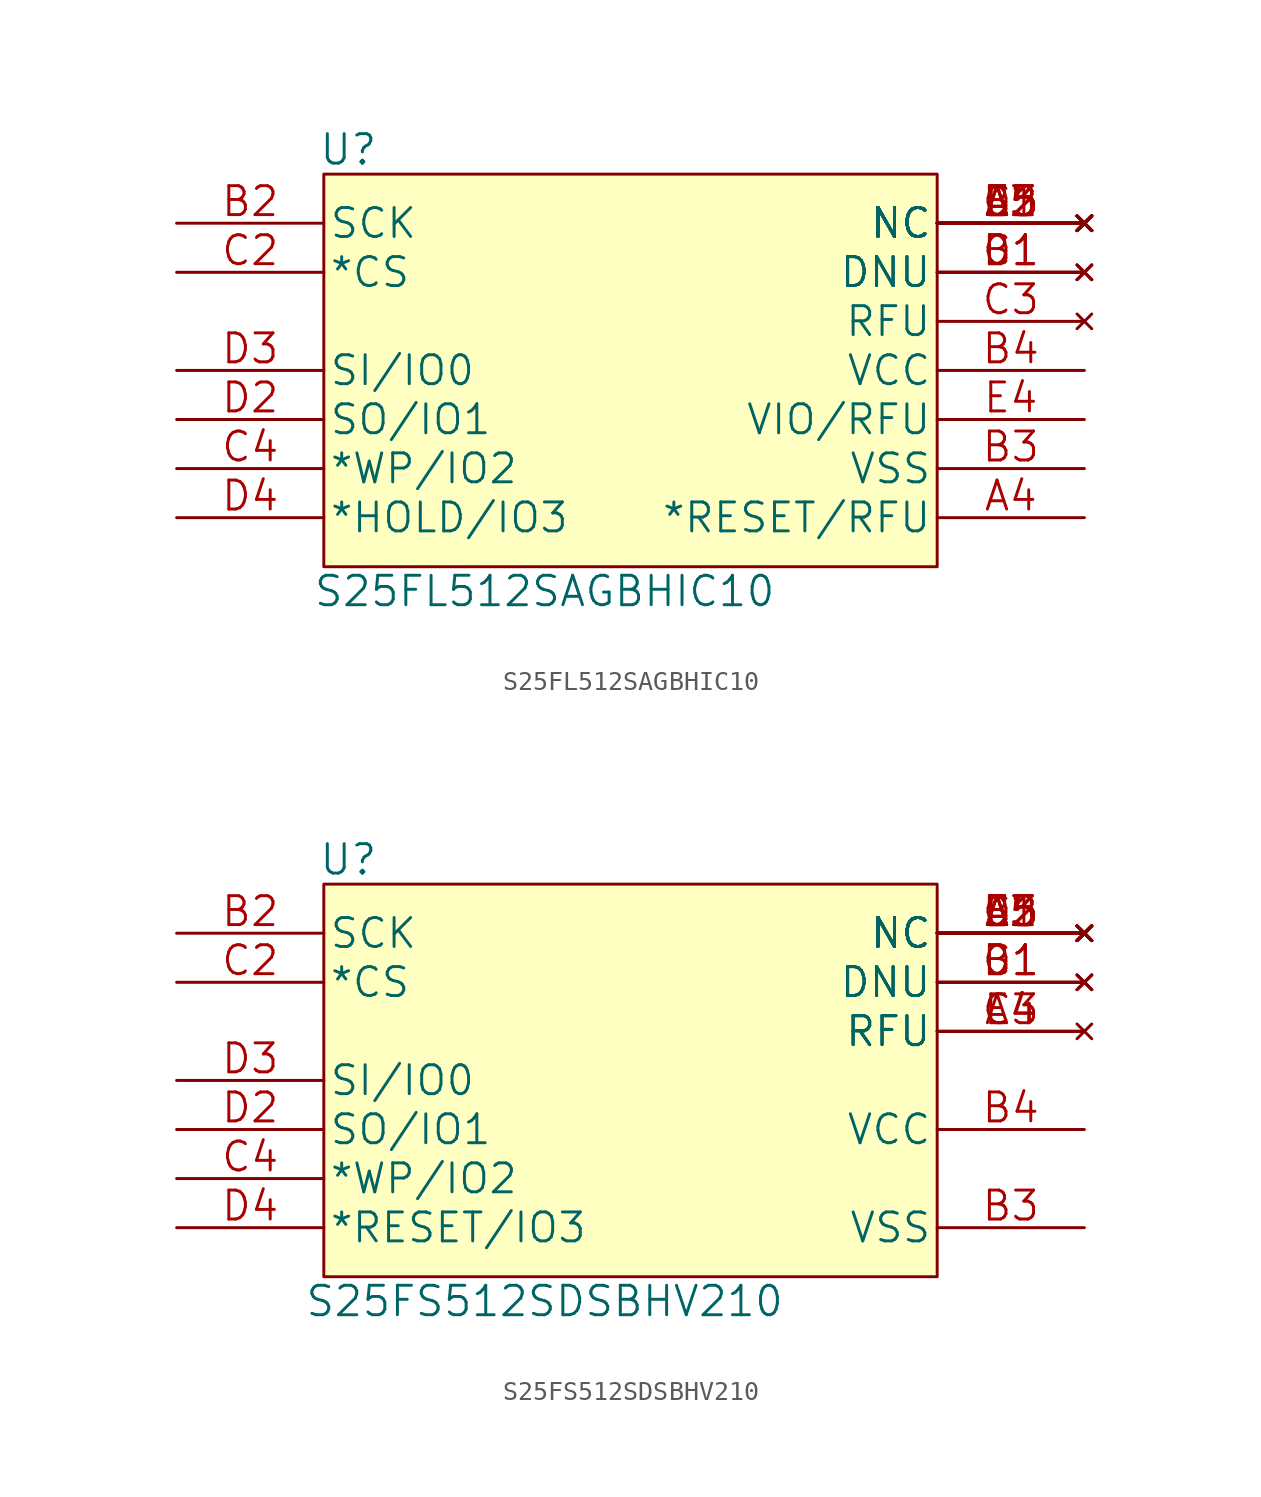
<source format=kicad_sym>
(kicad_symbol_lib
  (version 20201005)
  (generator kicad_symbol_editor)
  (symbol "S25F512SAG:S25FL512SAGBHIC10"
    (pin_names
      (offset 0.254))
    (property "Reference" "U"
      (at -15.24 10.16 0)
      (effects (font (size 1.524 1.524))))
    (property "Value" "S25FL512SAGBHIC10"
      (at -5.08 -12.7 0)
      (effects (font (size 1.524 1.524))))
    (property "Datasheet" ""
      (at 5.08 0 0)
      (effects (font (size 1.524 1.524))))
    (property "ki_locked" ""
      (at 0 0 0)
      (effects (font (size 1.27 1.27))))
    (symbol "S25FL512SAGBHIC10_1_1"
      (rectangle (start -16.51 8.89) (end 15.24 -11.43) (stroke (width 0.152)) (fill (type background)))
      (pin no_connect line (at 22.86 6.35 180) (length 7.62) (name "NC" (effects (font (size 1.499 1.499)))) (number "A2" (effects (font (size 1.499 1.499)))))
      (pin no_connect line (at 22.86 6.35 180) (length 7.62) (name "NC" (effects (font (size 1.499 1.499)))) (number "A3" (effects (font (size 1.499 1.499)))))
      (pin unspecified line (at 22.86 -8.89 180) (length 7.62) (name "*RESET/RFU" (effects (font (size 1.499 1.499)))) (number "A4" (effects (font (size 1.499 1.499)))))
      (pin no_connect line (at 22.86 6.35 180) (length 7.62) (name "NC" (effects (font (size 1.499 1.499)))) (number "A5" (effects (font (size 1.499 1.499)))))
      (pin no_connect line (at 22.86 3.81 180) (length 7.62) (name "DNU" (effects (font (size 1.499 1.499)))) (number "B1" (effects (font (size 1.499 1.499)))))
      (pin input line (at -24.13 6.35 0) (length 7.62) (name "SCK" (effects (font (size 1.499 1.499)))) (number "B2" (effects (font (size 1.499 1.499)))))
      (pin power_in line (at 22.86 -6.35 180) (length 7.62) (name "VSS" (effects (font (size 1.499 1.499)))) (number "B3" (effects (font (size 1.499 1.499)))))
      (pin power_in line (at 22.86 -1.27 180) (length 7.62) (name "VCC" (effects (font (size 1.499 1.499)))) (number "B4" (effects (font (size 1.499 1.499)))))
      (pin no_connect line (at 22.86 6.35 180) (length 7.62) (name "NC" (effects (font (size 1.499 1.499)))) (number "B5" (effects (font (size 1.499 1.499)))))
      (pin no_connect line (at 22.86 3.81 180) (length 7.62) (name "DNU" (effects (font (size 1.499 1.499)))) (number "C1" (effects (font (size 1.499 1.499)))))
      (pin input line (at -24.13 3.81 0) (length 7.62) (name "*CS" (effects (font (size 1.499 1.499)))) (number "C2" (effects (font (size 1.499 1.499)))))
      (pin no_connect line (at 22.86 1.27 180) (length 7.62) (name "RFU" (effects (font (size 1.499 1.499)))) (number "C3" (effects (font (size 1.499 1.499)))))
      (pin bidirectional line (at -24.13 -6.35 0) (length 7.62) (name "*WP/IO2" (effects (font (size 1.499 1.499)))) (number "C4" (effects (font (size 1.499 1.499)))))
      (pin no_connect line (at 22.86 6.35 180) (length 7.62) (name "NC" (effects (font (size 1.499 1.499)))) (number "C5" (effects (font (size 1.499 1.499)))))
      (pin no_connect line (at 22.86 3.81 180) (length 7.62) (name "DNU" (effects (font (size 1.499 1.499)))) (number "D1" (effects (font (size 1.499 1.499)))))
      (pin bidirectional line (at -24.13 -3.81 0) (length 7.62) (name "SO/IO1" (effects (font (size 1.499 1.499)))) (number "D2" (effects (font (size 1.499 1.499)))))
      (pin bidirectional line (at -24.13 -1.27 0) (length 7.62) (name "SI/IO0" (effects (font (size 1.499 1.499)))) (number "D3" (effects (font (size 1.499 1.499)))))
      (pin bidirectional line (at -24.13 -8.89 0) (length 7.62) (name "*HOLD/IO3" (effects (font (size 1.499 1.499)))) (number "D4" (effects (font (size 1.499 1.499)))))
      (pin no_connect line (at 22.86 6.35 180) (length 7.62) (name "NC" (effects (font (size 1.499 1.499)))) (number "D5" (effects (font (size 1.499 1.499)))))
      (pin no_connect line (at 22.86 6.35 180) (length 7.62) (name "NC" (effects (font (size 1.499 1.499)))) (number "E1" (effects (font (size 1.499 1.499)))))
      (pin no_connect line (at 22.86 6.35 180) (length 7.62) (name "NC" (effects (font (size 1.499 1.499)))) (number "E2" (effects (font (size 1.499 1.499)))))
      (pin no_connect line (at 22.86 6.35 180) (length 7.62) (name "NC" (effects (font (size 1.499 1.499)))) (number "E3" (effects (font (size 1.499 1.499)))))
      (pin unspecified line (at 22.86 -3.81 180) (length 7.62) (name "VIO/RFU" (effects (font (size 1.499 1.499)))) (number "E4" (effects (font (size 1.499 1.499)))))
      (pin no_connect line (at 22.86 6.35 180) (length 7.62) (name "NC" (effects (font (size 1.499 1.499)))) (number "E5" (effects (font (size 1.499 1.499)))))))
  (symbol "S25F512SAG:S25FS512SDSBHV210"
    (pin_names
      (offset 0.254))
    (property "Reference" "U"
      (at -15.24 10.16 0)
      (effects (font (size 1.524 1.524))))
    (property "Value" "S25FS512SDSBHV210"
      (at -5.08 -12.7 0)
      (effects (font (size 1.524 1.524))))
    (property "Datasheet" ""
      (at 5.08 0 0)
      (effects (font (size 1.524 1.524))))
    (property "ki_locked" ""
      (at 0 0 0)
      (effects (font (size 1.27 1.27))))
    (symbol "S25FS512SDSBHV210_1_1"
      (rectangle (start -16.51 8.89) (end 15.24 -11.43) (stroke (width 0.152)) (fill (type background)))
      (pin no_connect line (at 22.86 6.35 180) (length 7.62) (name "NC" (effects (font (size 1.499 1.499)))) (number "A2" (effects (font (size 1.499 1.499)))))
      (pin no_connect line (at 22.86 6.35 180) (length 7.62) (name "NC" (effects (font (size 1.499 1.499)))) (number "A3" (effects (font (size 1.499 1.499)))))
      (pin unspecified line (at 22.86 1.27 180) (length 7.62) (name "RFU" (effects (font (size 1.499 1.499)))) (number "A4" (effects (font (size 1.499 1.499)))))
      (pin no_connect line (at 22.86 6.35 180) (length 7.62) (name "NC" (effects (font (size 1.499 1.499)))) (number "A5" (effects (font (size 1.499 1.499)))))
      (pin no_connect line (at 22.86 3.81 180) (length 7.62) (name "DNU" (effects (font (size 1.499 1.499)))) (number "B1" (effects (font (size 1.499 1.499)))))
      (pin input line (at -24.13 6.35 0) (length 7.62) (name "SCK" (effects (font (size 1.499 1.499)))) (number "B2" (effects (font (size 1.499 1.499)))))
      (pin power_in line (at 22.86 -8.89 180) (length 7.62) (name "VSS" (effects (font (size 1.499 1.499)))) (number "B3" (effects (font (size 1.499 1.499)))))
      (pin power_in line (at 22.86 -3.81 180) (length 7.62) (name "VCC" (effects (font (size 1.499 1.499)))) (number "B4" (effects (font (size 1.499 1.499)))))
      (pin no_connect line (at 22.86 6.35 180) (length 7.62) (name "NC" (effects (font (size 1.499 1.499)))) (number "B5" (effects (font (size 1.499 1.499)))))
      (pin no_connect line (at 22.86 3.81 180) (length 7.62) (name "DNU" (effects (font (size 1.499 1.499)))) (number "C1" (effects (font (size 1.499 1.499)))))
      (pin input line (at -24.13 3.81 0) (length 7.62) (name "*CS" (effects (font (size 1.499 1.499)))) (number "C2" (effects (font (size 1.499 1.499)))))
      (pin no_connect line (at 22.86 1.27 180) (length 7.62) (name "RFU" (effects (font (size 1.499 1.499)))) (number "C3" (effects (font (size 1.499 1.499)))))
      (pin bidirectional line (at -24.13 -6.35 0) (length 7.62) (name "*WP/IO2" (effects (font (size 1.499 1.499)))) (number "C4" (effects (font (size 1.499 1.499)))))
      (pin no_connect line (at 22.86 6.35 180) (length 7.62) (name "NC" (effects (font (size 1.499 1.499)))) (number "C5" (effects (font (size 1.499 1.499)))))
      (pin no_connect line (at 22.86 3.81 180) (length 7.62) (name "DNU" (effects (font (size 1.499 1.499)))) (number "D1" (effects (font (size 1.499 1.499)))))
      (pin bidirectional line (at -24.13 -3.81 0) (length 7.62) (name "SO/IO1" (effects (font (size 1.499 1.499)))) (number "D2" (effects (font (size 1.499 1.499)))))
      (pin bidirectional line (at -24.13 -1.27 0) (length 7.62) (name "SI/IO0" (effects (font (size 1.499 1.499)))) (number "D3" (effects (font (size 1.499 1.499)))))
      (pin bidirectional line (at -24.13 -8.89 0) (length 7.62) (name "*RESET/IO3" (effects (font (size 1.499 1.499)))) (number "D4" (effects (font (size 1.499 1.499)))))
      (pin no_connect line (at 22.86 6.35 180) (length 7.62) (name "NC" (effects (font (size 1.499 1.499)))) (number "D5" (effects (font (size 1.499 1.499)))))
      (pin no_connect line (at 22.86 6.35 180) (length 7.62) (name "NC" (effects (font (size 1.499 1.499)))) (number "E1" (effects (font (size 1.499 1.499)))))
      (pin no_connect line (at 22.86 6.35 180) (length 7.62) (name "NC" (effects (font (size 1.499 1.499)))) (number "E2" (effects (font (size 1.499 1.499)))))
      (pin no_connect line (at 22.86 6.35 180) (length 7.62) (name "NC" (effects (font (size 1.499 1.499)))) (number "E3" (effects (font (size 1.499 1.499)))))
      (pin unspecified line (at 22.86 1.27 180) (length 7.62) (name "RFU" (effects (font (size 1.499 1.499)))) (number "E4" (effects (font (size 1.499 1.499)))))
      (pin no_connect line (at 22.86 6.35 180) (length 7.62) (name "NC" (effects (font (size 1.499 1.499)))) (number "E5" (effects (font (size 1.499 1.499))))))))
</source>
